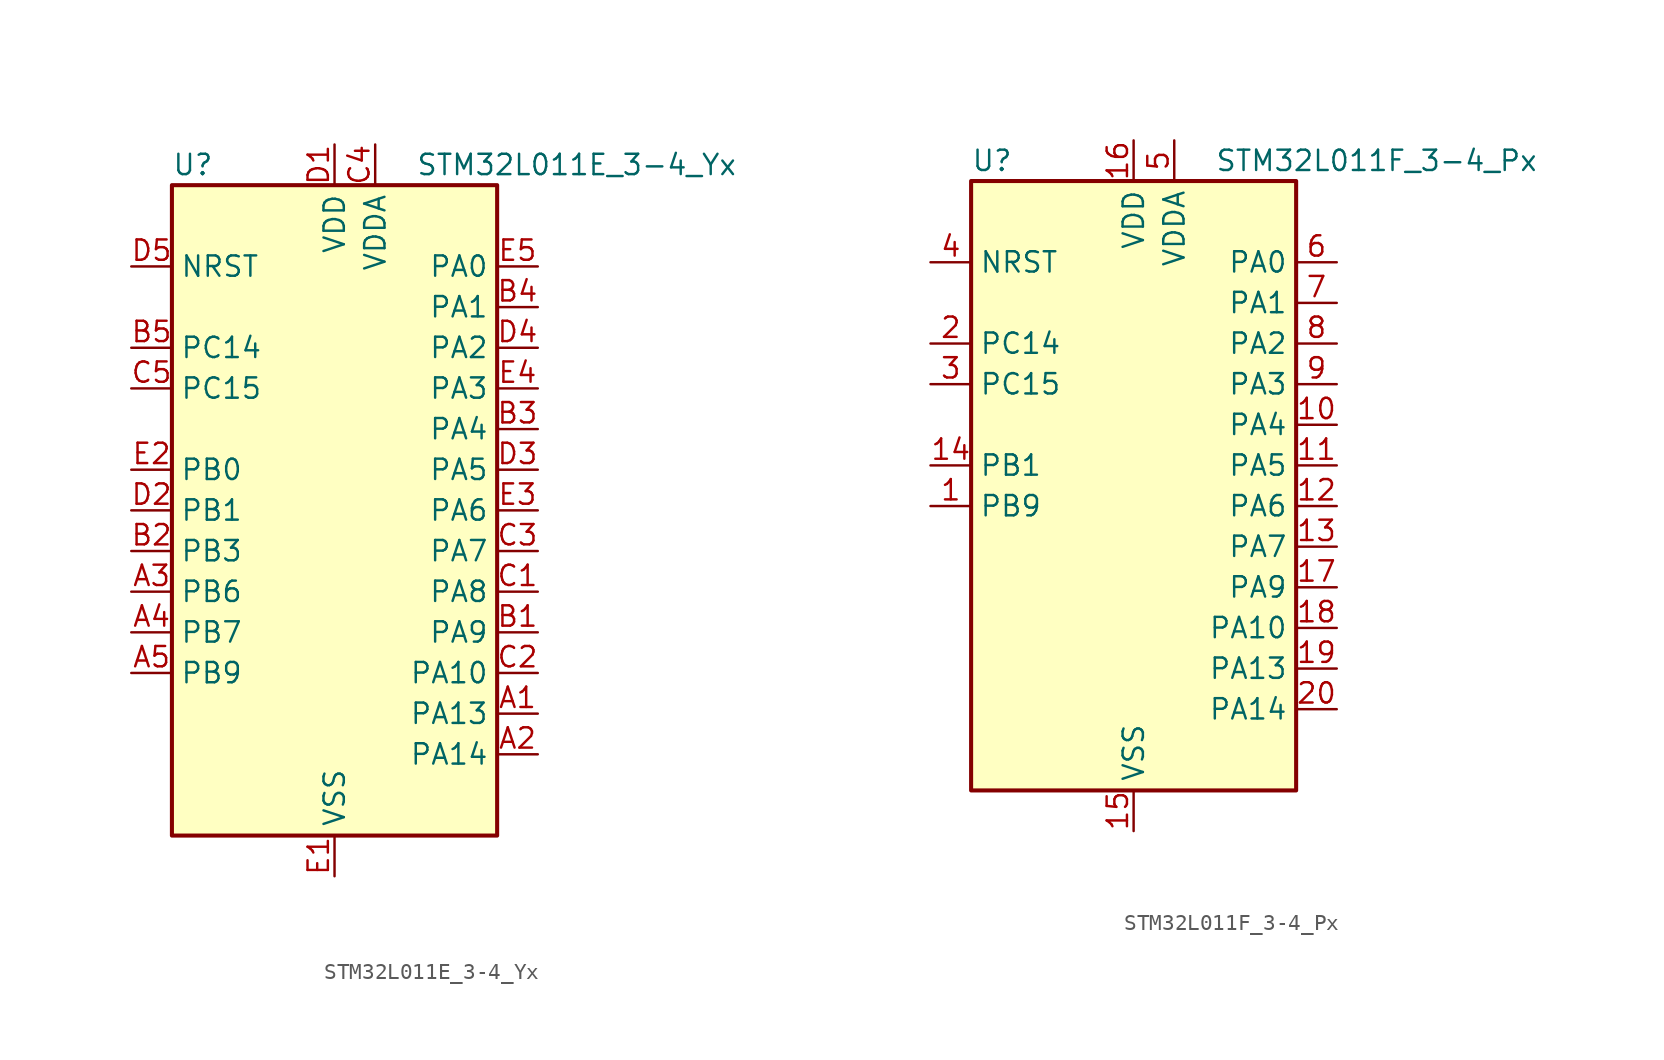
<source format=kicad_sym>
(kicad_symbol_lib
  (version 20241209)
  (generator "kicad_symbol_editor")
  (generator_version "9.0")
  (symbol "STM32L011E_3-4_Yx"
    (property "Reference" "U"
      (at -10.16 21.59 0)
      (effects (font (size 1.27 1.27)) (justify left)))
    (property "Value" "STM32L011E_3-4_Yx"
      (at 5.08 21.59 0)
      (effects (font (size 1.27 1.27)) (justify left)))
    (symbol "STM32L011E_3-4_Yx_0_1"
      (rectangle (start -10.16 -20.32) (end 10.16 20.32) (stroke (width 0.254) (type default)) (fill (type background))))
    (symbol "STM32L011E_3-4_Yx_1_1"
      (pin input line (at -12.7 15.24 0) (length 2.54) (name "NRST" (effects (font (size 1.27 1.27)))) (number "D5" (effects (font (size 1.27 1.27)))))
      (pin bidirectional line (at -12.7 10.16 0) (length 2.54) (name "PC14" (effects (font (size 1.27 1.27)))) (number "B5" (effects (font (size 1.27 1.27)))) (alternate "RCC_OSC32_IN" bidirectional line))
      (pin bidirectional line (at -12.7 7.62 0) (length 2.54) (name "PC15" (effects (font (size 1.27 1.27)))) (number "C5" (effects (font (size 1.27 1.27)))) (alternate "RCC_OSC32_OUT" bidirectional line))
      (pin bidirectional line (at -12.7 2.54 0) (length 2.54) (name "PB0" (effects (font (size 1.27 1.27)))) (number "E2" (effects (font (size 1.27 1.27)))) (alternate "ADC_IN8" bidirectional line) (alternate "SPI1_MISO" bidirectional line) (alternate "SYS_VREF_OUT_PB0" bidirectional line) (alternate "TIM2_CH2" bidirectional line) (alternate "TIM2_CH3" bidirectional line) (alternate "USART2_DE" bidirectional line) (alternate "USART2_RTS" bidirectional line))
      (pin bidirectional line (at -12.7 0 0) (length 2.54) (name "PB1" (effects (font (size 1.27 1.27)))) (number "D2" (effects (font (size 1.27 1.27)))) (alternate "ADC_IN9" bidirectional line) (alternate "LPTIM1_IN1" bidirectional line) (alternate "LPUART1_DE" bidirectional line) (alternate "LPUART1_RTS" bidirectional line) (alternate "SPI1_MOSI" bidirectional line) (alternate "SYS_VREF_OUT_PB1" bidirectional line) (alternate "TIM2_CH4" bidirectional line) (alternate "USART2_CK" bidirectional line))
      (pin bidirectional line (at -12.7 -2.54 0) (length 2.54) (name "PB3" (effects (font (size 1.27 1.27)))) (number "B2" (effects (font (size 1.27 1.27)))) (alternate "COMP2_INM" bidirectional line) (alternate "SPI1_SCK" bidirectional line) (alternate "TIM2_CH2" bidirectional line))
      (pin bidirectional line (at -12.7 -5.08 0) (length 2.54) (name "PB6" (effects (font (size 1.27 1.27)))) (number "A3" (effects (font (size 1.27 1.27)))) (alternate "COMP2_INP" bidirectional line) (alternate "I2C1_SCL" bidirectional line) (alternate "LPTIM1_ETR" bidirectional line) (alternate "LPUART1_TX" bidirectional line) (alternate "TIM2_CH3" bidirectional line) (alternate "USART2_TX" bidirectional line))
      (pin bidirectional line (at -12.7 -7.62 0) (length 2.54) (name "PB7" (effects (font (size 1.27 1.27)))) (number "A4" (effects (font (size 1.27 1.27)))) (alternate "COMP2_INP" bidirectional line) (alternate "I2C1_SDA" bidirectional line) (alternate "LPTIM1_IN2" bidirectional line) (alternate "LPUART1_RX" bidirectional line) (alternate "SYS_PVD_IN" bidirectional line) (alternate "TIM2_CH4" bidirectional line) (alternate "USART2_RX" bidirectional line))
      (pin bidirectional line (at -12.7 -10.16 0) (length 2.54) (name "PB9" (effects (font (size 1.27 1.27)))) (number "A5" (effects (font (size 1.27 1.27)))))
      (pin power_in line (at 0 22.86 270) (length 2.54) (name "VDD" (effects (font (size 1.27 1.27)))) (number "D1" (effects (font (size 1.27 1.27)))))
      (pin power_in line (at 0 -22.86 90) (length 2.54) (name "VSS" (effects (font (size 1.27 1.27)))) (number "E1" (effects (font (size 1.27 1.27)))))
      (pin power_in line (at 2.54 22.86 270) (length 2.54) (name "VDDA" (effects (font (size 1.27 1.27)))) (number "C4" (effects (font (size 1.27 1.27)))))
      (pin bidirectional line (at 12.7 15.24 180) (length 2.54) (name "PA0" (effects (font (size 1.27 1.27)))) (number "E5" (effects (font (size 1.27 1.27)))) (alternate "ADC_IN0" bidirectional line) (alternate "COMP1_INM" bidirectional line) (alternate "COMP1_OUT" bidirectional line) (alternate "LPTIM1_IN1" bidirectional line) (alternate "LPUART1_RX" bidirectional line) (alternate "RCC_CK_IN" bidirectional line) (alternate "RTC_TAMP2" bidirectional line) (alternate "SYS_WKUP1" bidirectional line) (alternate "TIM2_CH1" bidirectional line) (alternate "TIM2_ETR" bidirectional line) (alternate "USART2_CTS" bidirectional line) (alternate "USART2_RX" bidirectional line))
      (pin bidirectional line (at 12.7 12.7 180) (length 2.54) (name "PA1" (effects (font (size 1.27 1.27)))) (number "B4" (effects (font (size 1.27 1.27)))) (alternate "ADC_IN1" bidirectional line) (alternate "COMP1_INP" bidirectional line) (alternate "I2C1_SMBA" bidirectional line) (alternate "LPTIM1_IN2" bidirectional line) (alternate "LPUART1_TX" bidirectional line) (alternate "TIM21_ETR" bidirectional line) (alternate "TIM2_CH2" bidirectional line) (alternate "USART2_DE" bidirectional line) (alternate "USART2_RTS" bidirectional line))
      (pin bidirectional line (at 12.7 10.16 180) (length 2.54) (name "PA2" (effects (font (size 1.27 1.27)))) (number "D4" (effects (font (size 1.27 1.27)))) (alternate "ADC_IN2" bidirectional line) (alternate "COMP2_INM" bidirectional line) (alternate "COMP2_OUT" bidirectional line) (alternate "LPUART1_TX" bidirectional line) (alternate "RTC_OUT_ALARM" bidirectional line) (alternate "RTC_OUT_CALIB" bidirectional line) (alternate "RTC_TAMP3" bidirectional line) (alternate "RTC_TS" bidirectional line) (alternate "SYS_WKUP3" bidirectional line) (alternate "TIM21_CH1" bidirectional line) (alternate "TIM2_CH3" bidirectional line) (alternate "USART2_TX" bidirectional line))
      (pin bidirectional line (at 12.7 7.62 180) (length 2.54) (name "PA3" (effects (font (size 1.27 1.27)))) (number "E4" (effects (font (size 1.27 1.27)))) (alternate "ADC_IN3" bidirectional line) (alternate "COMP2_INP" bidirectional line) (alternate "LPUART1_RX" bidirectional line) (alternate "TIM21_CH2" bidirectional line) (alternate "TIM2_CH4" bidirectional line) (alternate "USART2_RX" bidirectional line))
      (pin bidirectional line (at 12.7 5.08 180) (length 2.54) (name "PA4" (effects (font (size 1.27 1.27)))) (number "B3" (effects (font (size 1.27 1.27)))) (alternate "ADC_IN4" bidirectional line) (alternate "COMP1_INM" bidirectional line) (alternate "COMP2_INM" bidirectional line) (alternate "COMP2_OUT" bidirectional line) (alternate "I2C1_SCL" bidirectional line) (alternate "LPTIM1_ETR" bidirectional line) (alternate "LPTIM1_IN1" bidirectional line) (alternate "LPUART1_TX" bidirectional line) (alternate "SPI1_NSS" bidirectional line) (alternate "TIM2_ETR" bidirectional line) (alternate "USART2_CK" bidirectional line))
      (pin bidirectional line (at 12.7 2.54 180) (length 2.54) (name "PA5" (effects (font (size 1.27 1.27)))) (number "D3" (effects (font (size 1.27 1.27)))) (alternate "ADC_IN5" bidirectional line) (alternate "COMP1_INM" bidirectional line) (alternate "COMP2_INM" bidirectional line) (alternate "LPTIM1_IN2" bidirectional line) (alternate "SPI1_SCK" bidirectional line) (alternate "TIM2_CH1" bidirectional line) (alternate "TIM2_ETR" bidirectional line))
      (pin bidirectional line (at 12.7 0 180) (length 2.54) (name "PA6" (effects (font (size 1.27 1.27)))) (number "E3" (effects (font (size 1.27 1.27)))) (alternate "ADC_IN6" bidirectional line) (alternate "COMP1_OUT" bidirectional line) (alternate "LPTIM1_ETR" bidirectional line) (alternate "LPUART1_CTS" bidirectional line) (alternate "SPI1_MISO" bidirectional line))
      (pin bidirectional line (at 12.7 -2.54 180) (length 2.54) (name "PA7" (effects (font (size 1.27 1.27)))) (number "C3" (effects (font (size 1.27 1.27)))) (alternate "ADC_IN7" bidirectional line) (alternate "COMP2_INP" bidirectional line) (alternate "COMP2_OUT" bidirectional line) (alternate "LPTIM1_OUT" bidirectional line) (alternate "SPI1_MOSI" bidirectional line) (alternate "TIM21_ETR" bidirectional line) (alternate "USART2_CTS" bidirectional line))
      (pin bidirectional line (at 12.7 -5.08 180) (length 2.54) (name "PA8" (effects (font (size 1.27 1.27)))) (number "C1" (effects (font (size 1.27 1.27)))) (alternate "LPTIM1_IN1" bidirectional line) (alternate "RCC_MCO" bidirectional line) (alternate "TIM2_CH1" bidirectional line) (alternate "USART2_CK" bidirectional line))
      (pin bidirectional line (at 12.7 -7.62 180) (length 2.54) (name "PA9" (effects (font (size 1.27 1.27)))) (number "B1" (effects (font (size 1.27 1.27)))) (alternate "COMP1_OUT" bidirectional line) (alternate "I2C1_SCL" bidirectional line) (alternate "LPTIM1_OUT" bidirectional line) (alternate "RCC_MCO" bidirectional line) (alternate "TIM21_CH2" bidirectional line) (alternate "USART2_TX" bidirectional line))
      (pin bidirectional line (at 12.7 -10.16 180) (length 2.54) (name "PA10" (effects (font (size 1.27 1.27)))) (number "C2" (effects (font (size 1.27 1.27)))) (alternate "COMP1_OUT" bidirectional line) (alternate "I2C1_SDA" bidirectional line) (alternate "RTC_REFIN" bidirectional line) (alternate "TIM21_CH1" bidirectional line) (alternate "TIM2_CH3" bidirectional line) (alternate "USART2_RX" bidirectional line))
      (pin bidirectional line (at 12.7 -12.7 180) (length 2.54) (name "PA13" (effects (font (size 1.27 1.27)))) (number "A1" (effects (font (size 1.27 1.27)))) (alternate "COMP1_OUT" bidirectional line) (alternate "I2C1_SDA" bidirectional line) (alternate "LPTIM1_ETR" bidirectional line) (alternate "LPUART1_RX" bidirectional line) (alternate "SPI1_SCK" bidirectional line) (alternate "SYS_SWDIO" bidirectional line))
      (pin bidirectional line (at 12.7 -15.24 180) (length 2.54) (name "PA14" (effects (font (size 1.27 1.27)))) (number "A2" (effects (font (size 1.27 1.27)))) (alternate "COMP2_OUT" bidirectional line) (alternate "I2C1_SMBA" bidirectional line) (alternate "LPTIM1_OUT" bidirectional line) (alternate "LPUART1_TX" bidirectional line) (alternate "SPI1_MISO" bidirectional line) (alternate "SYS_SWCLK" bidirectional line) (alternate "USART2_TX" bidirectional line))))
  (symbol "STM32L011F_3-4_Px"
    (property "Reference" "U"
      (at -10.16 21.59 0)
      (effects (font (size 1.27 1.27)) (justify left)))
    (property "Value" "STM32L011F_3-4_Px"
      (at 5.08 21.59 0)
      (effects (font (size 1.27 1.27)) (justify left)))
    (symbol "STM32L011F_3-4_Px_0_1"
      (rectangle (start -10.16 -17.78) (end 10.16 20.32) (stroke (width 0.254) (type default)) (fill (type background))))
    (symbol "STM32L011F_3-4_Px_1_1"
      (pin input line (at -12.7 15.24 0) (length 2.54) (name "NRST" (effects (font (size 1.27 1.27)))) (number "4" (effects (font (size 1.27 1.27)))))
      (pin bidirectional line (at -12.7 10.16 0) (length 2.54) (name "PC14" (effects (font (size 1.27 1.27)))) (number "2" (effects (font (size 1.27 1.27)))) (alternate "RCC_OSC32_IN" bidirectional line))
      (pin bidirectional line (at -12.7 7.62 0) (length 2.54) (name "PC15" (effects (font (size 1.27 1.27)))) (number "3" (effects (font (size 1.27 1.27)))) (alternate "RCC_OSC32_OUT" bidirectional line))
      (pin bidirectional line (at -12.7 2.54 0) (length 2.54) (name "PB1" (effects (font (size 1.27 1.27)))) (number "14" (effects (font (size 1.27 1.27)))) (alternate "ADC_IN9" bidirectional line) (alternate "LPTIM1_IN1" bidirectional line) (alternate "LPUART1_DE" bidirectional line) (alternate "LPUART1_RTS" bidirectional line) (alternate "SPI1_MOSI" bidirectional line) (alternate "SYS_VREF_OUT_PB1" bidirectional line) (alternate "TIM2_CH4" bidirectional line) (alternate "USART2_CK" bidirectional line))
      (pin bidirectional line (at -12.7 0 0) (length 2.54) (name "PB9" (effects (font (size 1.27 1.27)))) (number "1" (effects (font (size 1.27 1.27)))))
      (pin power_in line (at 0 22.86 270) (length 2.54) (name "VDD" (effects (font (size 1.27 1.27)))) (number "16" (effects (font (size 1.27 1.27)))))
      (pin power_in line (at 0 -20.32 90) (length 2.54) (name "VSS" (effects (font (size 1.27 1.27)))) (number "15" (effects (font (size 1.27 1.27)))))
      (pin power_in line (at 2.54 22.86 270) (length 2.54) (name "VDDA" (effects (font (size 1.27 1.27)))) (number "5" (effects (font (size 1.27 1.27)))))
      (pin bidirectional line (at 12.7 15.24 180) (length 2.54) (name "PA0" (effects (font (size 1.27 1.27)))) (number "6" (effects (font (size 1.27 1.27)))) (alternate "ADC_IN0" bidirectional line) (alternate "COMP1_INM" bidirectional line) (alternate "COMP1_OUT" bidirectional line) (alternate "LPTIM1_IN1" bidirectional line) (alternate "LPUART1_RX" bidirectional line) (alternate "RCC_CK_IN" bidirectional line) (alternate "RTC_TAMP2" bidirectional line) (alternate "SYS_WKUP1" bidirectional line) (alternate "TIM2_CH1" bidirectional line) (alternate "TIM2_ETR" bidirectional line) (alternate "USART2_CTS" bidirectional line) (alternate "USART2_RX" bidirectional line))
      (pin bidirectional line (at 12.7 12.7 180) (length 2.54) (name "PA1" (effects (font (size 1.27 1.27)))) (number "7" (effects (font (size 1.27 1.27)))) (alternate "ADC_IN1" bidirectional line) (alternate "COMP1_INP" bidirectional line) (alternate "I2C1_SMBA" bidirectional line) (alternate "LPTIM1_IN2" bidirectional line) (alternate "LPUART1_TX" bidirectional line) (alternate "TIM21_ETR" bidirectional line) (alternate "TIM2_CH2" bidirectional line) (alternate "USART2_DE" bidirectional line) (alternate "USART2_RTS" bidirectional line))
      (pin bidirectional line (at 12.7 10.16 180) (length 2.54) (name "PA2" (effects (font (size 1.27 1.27)))) (number "8" (effects (font (size 1.27 1.27)))) (alternate "ADC_IN2" bidirectional line) (alternate "COMP2_INM" bidirectional line) (alternate "COMP2_OUT" bidirectional line) (alternate "LPUART1_TX" bidirectional line) (alternate "RTC_OUT_ALARM" bidirectional line) (alternate "RTC_OUT_CALIB" bidirectional line) (alternate "RTC_TAMP3" bidirectional line) (alternate "RTC_TS" bidirectional line) (alternate "SYS_WKUP3" bidirectional line) (alternate "TIM21_CH1" bidirectional line) (alternate "TIM2_CH3" bidirectional line) (alternate "USART2_TX" bidirectional line))
      (pin bidirectional line (at 12.7 7.62 180) (length 2.54) (name "PA3" (effects (font (size 1.27 1.27)))) (number "9" (effects (font (size 1.27 1.27)))) (alternate "ADC_IN3" bidirectional line) (alternate "COMP2_INP" bidirectional line) (alternate "LPUART1_RX" bidirectional line) (alternate "TIM21_CH2" bidirectional line) (alternate "TIM2_CH4" bidirectional line) (alternate "USART2_RX" bidirectional line))
      (pin bidirectional line (at 12.7 5.08 180) (length 2.54) (name "PA4" (effects (font (size 1.27 1.27)))) (number "10" (effects (font (size 1.27 1.27)))) (alternate "ADC_IN4" bidirectional line) (alternate "COMP1_INM" bidirectional line) (alternate "COMP2_INM" bidirectional line) (alternate "COMP2_OUT" bidirectional line) (alternate "I2C1_SCL" bidirectional line) (alternate "LPTIM1_ETR" bidirectional line) (alternate "LPTIM1_IN1" bidirectional line) (alternate "LPUART1_TX" bidirectional line) (alternate "SPI1_NSS" bidirectional line) (alternate "TIM2_ETR" bidirectional line) (alternate "USART2_CK" bidirectional line))
      (pin bidirectional line (at 12.7 2.54 180) (length 2.54) (name "PA5" (effects (font (size 1.27 1.27)))) (number "11" (effects (font (size 1.27 1.27)))) (alternate "ADC_IN5" bidirectional line) (alternate "COMP1_INM" bidirectional line) (alternate "COMP2_INM" bidirectional line) (alternate "LPTIM1_IN2" bidirectional line) (alternate "SPI1_SCK" bidirectional line) (alternate "TIM2_CH1" bidirectional line) (alternate "TIM2_ETR" bidirectional line))
      (pin bidirectional line (at 12.7 0 180) (length 2.54) (name "PA6" (effects (font (size 1.27 1.27)))) (number "12" (effects (font (size 1.27 1.27)))) (alternate "ADC_IN6" bidirectional line) (alternate "COMP1_OUT" bidirectional line) (alternate "LPTIM1_ETR" bidirectional line) (alternate "LPUART1_CTS" bidirectional line) (alternate "SPI1_MISO" bidirectional line))
      (pin bidirectional line (at 12.7 -2.54 180) (length 2.54) (name "PA7" (effects (font (size 1.27 1.27)))) (number "13" (effects (font (size 1.27 1.27)))) (alternate "ADC_IN7" bidirectional line) (alternate "COMP2_INP" bidirectional line) (alternate "COMP2_OUT" bidirectional line) (alternate "LPTIM1_OUT" bidirectional line) (alternate "SPI1_MOSI" bidirectional line) (alternate "TIM21_ETR" bidirectional line) (alternate "USART2_CTS" bidirectional line))
      (pin bidirectional line (at 12.7 -5.08 180) (length 2.54) (name "PA9" (effects (font (size 1.27 1.27)))) (number "17" (effects (font (size 1.27 1.27)))) (alternate "COMP1_OUT" bidirectional line) (alternate "I2C1_SCL" bidirectional line) (alternate "LPTIM1_OUT" bidirectional line) (alternate "RCC_MCO" bidirectional line) (alternate "TIM21_CH2" bidirectional line) (alternate "USART2_TX" bidirectional line))
      (pin bidirectional line (at 12.7 -7.62 180) (length 2.54) (name "PA10" (effects (font (size 1.27 1.27)))) (number "18" (effects (font (size 1.27 1.27)))) (alternate "COMP1_OUT" bidirectional line) (alternate "I2C1_SDA" bidirectional line) (alternate "RTC_REFIN" bidirectional line) (alternate "TIM21_CH1" bidirectional line) (alternate "TIM2_CH3" bidirectional line) (alternate "USART2_RX" bidirectional line))
      (pin bidirectional line (at 12.7 -10.16 180) (length 2.54) (name "PA13" (effects (font (size 1.27 1.27)))) (number "19" (effects (font (size 1.27 1.27)))) (alternate "COMP1_OUT" bidirectional line) (alternate "I2C1_SDA" bidirectional line) (alternate "LPTIM1_ETR" bidirectional line) (alternate "LPUART1_RX" bidirectional line) (alternate "SPI1_SCK" bidirectional line) (alternate "SYS_SWDIO" bidirectional line))
      (pin bidirectional line (at 12.7 -12.7 180) (length 2.54) (name "PA14" (effects (font (size 1.27 1.27)))) (number "20" (effects (font (size 1.27 1.27)))) (alternate "COMP2_OUT" bidirectional line) (alternate "I2C1_SMBA" bidirectional line) (alternate "LPTIM1_OUT" bidirectional line) (alternate "LPUART1_TX" bidirectional line) (alternate "SPI1_MISO" bidirectional line) (alternate "SYS_SWCLK" bidirectional line) (alternate "USART2_TX" bidirectional line)))))
</source>
